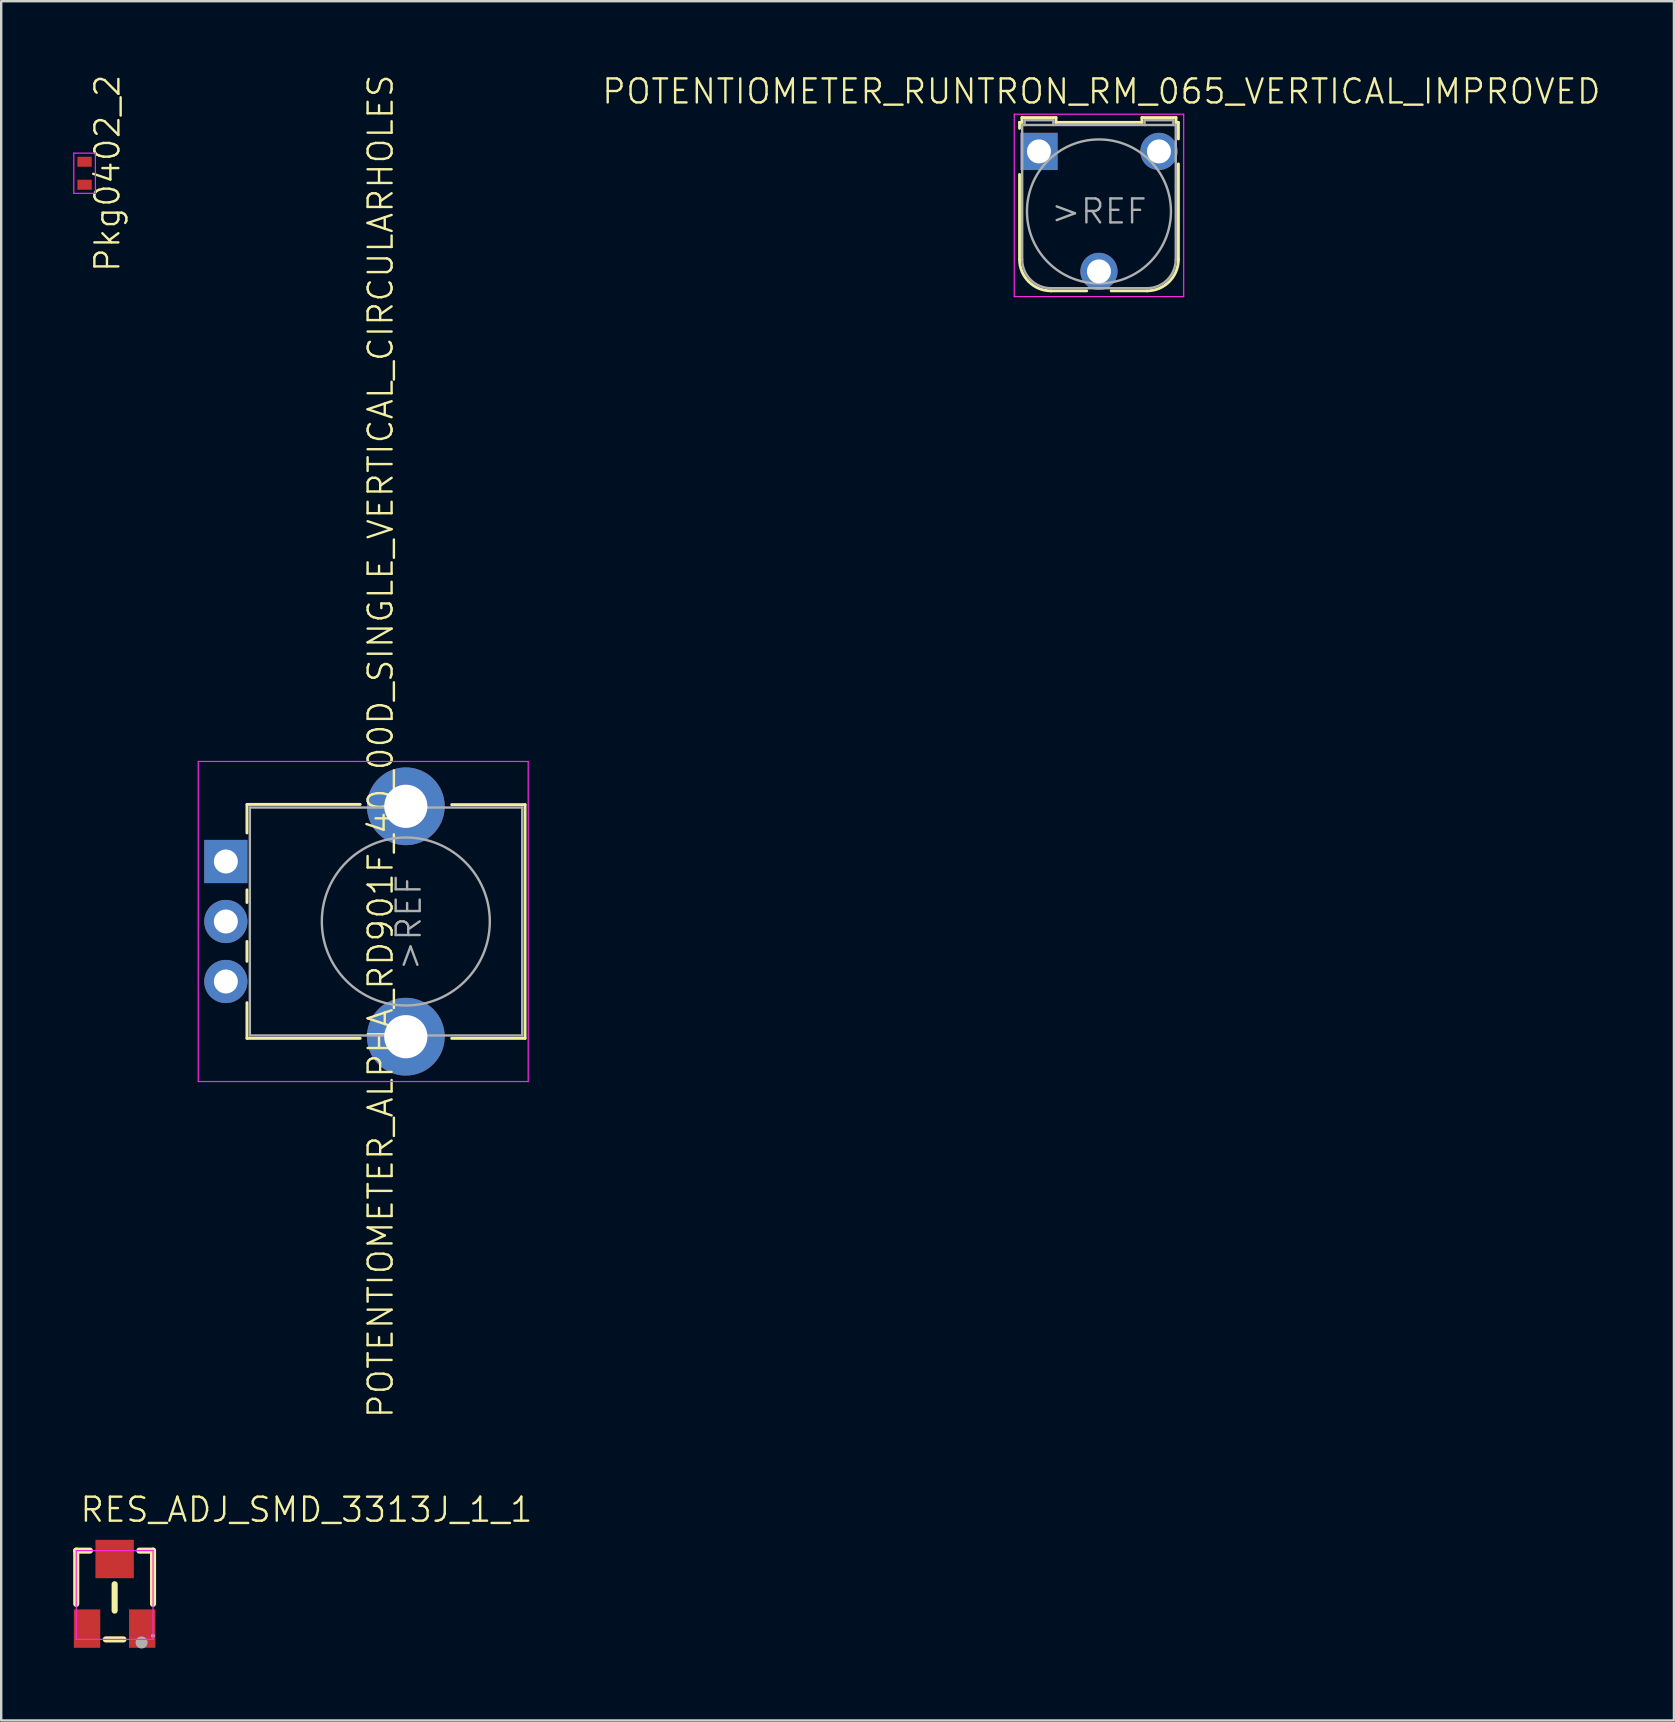
<source format=kicad_pcb>
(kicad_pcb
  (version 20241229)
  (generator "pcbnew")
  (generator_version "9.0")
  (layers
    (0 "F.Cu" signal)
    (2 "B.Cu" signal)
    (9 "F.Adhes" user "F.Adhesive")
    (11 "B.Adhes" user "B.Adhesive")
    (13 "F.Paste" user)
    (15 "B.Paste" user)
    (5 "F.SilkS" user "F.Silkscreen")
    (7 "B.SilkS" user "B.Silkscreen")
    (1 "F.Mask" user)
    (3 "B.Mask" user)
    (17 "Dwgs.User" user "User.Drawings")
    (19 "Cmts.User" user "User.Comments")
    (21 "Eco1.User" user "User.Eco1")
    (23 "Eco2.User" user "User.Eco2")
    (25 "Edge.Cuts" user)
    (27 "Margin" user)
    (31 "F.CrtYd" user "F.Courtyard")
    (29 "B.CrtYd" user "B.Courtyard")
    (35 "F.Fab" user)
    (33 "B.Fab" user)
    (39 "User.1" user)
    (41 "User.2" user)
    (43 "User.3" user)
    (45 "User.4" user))
  (footprint "RES_ADJ_SMD_3313J_1_1"
    (layer "F.Cu")
    (at 1.727 63.416)
    (property "Reference" "RES_ADJ_SMD_3313J_1_1" (at -1.5 -3.556 0) (layer "F.SilkS") (effects (font (size 1 1) (thickness 0.1)) (justify left)))
    (fp_line (start -1.6 -1.85) (end -1.6 0.369) (stroke (width 0.254) (type solid)) (layer "F.SilkS"))
    (fp_line (start -1.6 -1.85) (end -1.031 -1.85) (stroke (width 0.254) (type solid)) (layer "F.SilkS"))
    (fp_line (start -0.369 1.85) (end 0.369 1.85) (stroke (width 0.254) (type solid)) (layer "F.SilkS"))
    (fp_line (start 0 -0.45) (end 0 0.65) (stroke (width 0.254) (type solid)) (layer "F.SilkS"))
    (fp_line (start 1.031 -1.85) (end 1.6 -1.85) (stroke (width 0.254) (type solid)) (layer "F.SilkS"))
    (fp_line (start 1.6 -1.85) (end 1.6 0.369) (stroke (width 0.254) (type solid)) (layer "F.SilkS"))
    (fp_line (start -1.6 -1.85) (end -1.6 1.85) (stroke (width 0.05) (type solid)) (layer "F.CrtYd"))
    (fp_line (start -1.6 1.85) (end 1.6 1.85) (stroke (width 0.05) (type solid)) (layer "F.CrtYd"))
    (fp_line (start 1.6 -1.85) (end -1.6 -1.85) (stroke (width 0.05) (type solid)) (layer "F.CrtYd"))
    (fp_line (start 1.6 1.85) (end 1.6 -1.85) (stroke (width 0.05) (type solid)) (layer "F.CrtYd"))
    (fp_arc (start 1.022 1.978) (mid 1.122 1.878) (end 1.222 1.978) (stroke (width 0.254) (type solid)) (layer "F.Fab"))
    (fp_arc (start 1.222 1.978) (mid 1.122 2.078) (end 1.022 1.978) (stroke (width 0.254) (type solid)) (layer "F.Fab"))
    (fp_poly (pts (xy 1.322 1.978) (xy 1.318 1.939) (xy 1.307 1.901) (xy 1.288 1.867) (xy 1.263 1.837) (xy 1.233 1.812) (xy 1.199 1.793) (xy 1.161 1.782) (xy 1.122 1.778) (xy 1.083 1.782) (xy 1.045 1.793) (xy 1.011 1.812) (xy 0.981 1.837) (xy 0.956 1.867) (xy 0.937 1.901) (xy 0.926 1.939) (xy 0.922 1.978) (xy 0.926 2.017) (xy 0.937 2.055) (xy 0.956 2.089) (xy 0.981 2.119) (xy 1.011 2.144) (xy 1.045 2.163) (xy 1.083 2.174) (xy 1.122 2.178) (xy 1.161 2.174) (xy 1.199 2.163) (xy 1.233 2.144) (xy 1.263 2.119) (xy 1.288 2.089) (xy 1.307 2.055) (xy 1.318 2.017)) (stroke (width 0.1) (type solid)) (fill no) (layer "F.Fab"))
    (fp_poly (pts (xy 1.627 1.7) (xy 1.626 1.694) (xy 1.625 1.689) (xy 1.622 1.683) (xy 1.618 1.679) (xy 1.614 1.675) (xy 1.608 1.672) (xy 1.603 1.671) (xy 1.597 1.67) (xy 1.591 1.671) (xy 1.586 1.672) (xy 1.58 1.675) (xy 1.576 1.679) (xy 1.572 1.683) (xy 1.569 1.689) (xy 1.568 1.694) (xy 1.567 1.7) (xy 1.568 1.706) (xy 1.569 1.711) (xy 1.572 1.717) (xy 1.576 1.721) (xy 1.58 1.725) (xy 1.586 1.728) (xy 1.591 1.729) (xy 1.597 1.73) (xy 1.603 1.729) (xy 1.608 1.728) (xy 1.614 1.725) (xy 1.618 1.721) (xy 1.622 1.717) (xy 1.625 1.711) (xy 1.626 1.706)) (stroke (width 0.1) (type solid)) (fill no) (layer "F.Fab"))
    (pad "1" smd rect (at 1.15 1.4) (size 1.1 1.6) (layers "F.Cu" "F.Mask" "F.Paste"))
    (pad "2" smd rect (at 0 -1.5) (size 1.6 1.6) (layers "F.Cu" "F.Mask" "F.Paste"))
    (pad "3" smd rect (at -1.15 1.4) (size 1.1 1.6) (layers "F.Cu" "F.Mask" "F.Paste")))
  (footprint "POTENTIOMETER_RUNTRON_RM_065_VERTICAL_IMPROVED"
    (layer "F.Cu")
    (at 40.245 3.26)
    (property "Reference" "POTENTIOMETER_RUNTRON_RM_065_VERTICAL_IMPROVED" (at 2.6 -2.5 0) (layer "F.SilkS") (effects (font (size 1 1) (thickness 0.1))))
    (fp_line (start -0.81 -1.21) (end -0.81 -0.96) (stroke (width 0.12) (type solid)) (layer "F.SilkS"))
    (fp_line (start -0.81 4.5) (end -0.81 0.96) (stroke (width 0.12) (type solid)) (layer "F.SilkS"))
    (fp_line (start -0.71 -1.41) (end -0.71 -1.21) (stroke (width 0.12) (type solid)) (layer "F.SilkS"))
    (fp_line (start -0.71 -1.41) (end 0.71 -1.41) (stroke (width 0.12) (type solid)) (layer "F.SilkS"))
    (fp_line (start -0.71 -1.21) (end -0.81 -1.21) (stroke (width 0.12) (type solid)) (layer "F.SilkS"))
    (fp_line (start 0.71 -1.21) (end 0.71 -1.41) (stroke (width 0.12) (type solid)) (layer "F.SilkS"))
    (fp_line (start 0.71 -1.21) (end 4.29 -1.21) (stroke (width 0.12) (type solid)) (layer "F.SilkS"))
    (fp_line (start 1.99 5.81) (end 0.5 5.81) (stroke (width 0.12) (type solid)) (layer "F.SilkS"))
    (fp_line (start 4.29 -1.41) (end 5.71 -1.41) (stroke (width 0.12) (type solid)) (layer "F.SilkS"))
    (fp_line (start 4.29 -1.21) (end 4.29 -1.41) (stroke (width 0.12) (type solid)) (layer "F.SilkS"))
    (fp_line (start 4.5 5.81) (end 3.01 5.81) (stroke (width 0.12) (type solid)) (layer "F.SilkS"))
    (fp_line (start 5.71 -1.41) (end 5.71 -1.21) (stroke (width 0.12) (type solid)) (layer "F.SilkS"))
    (fp_line (start 5.71 -1.21) (end 5.81 -1.21) (stroke (width 0.12) (type solid)) (layer "F.SilkS"))
    (fp_line (start 5.81 -1.21) (end 5.81 -0.52) (stroke (width 0.12) (type solid)) (layer "F.SilkS"))
    (fp_line (start 5.81 0.52) (end 5.81 4.5) (stroke (width 0.12) (type solid)) (layer "F.SilkS"))
    (fp_arc (start 0.5 5.81) (mid -0.42631 5.42631) (end -0.81 4.5) (stroke (width 0.12) (type solid)) (layer "F.SilkS"))
    (fp_arc (start 5.81 4.5) (mid 5.42631 5.42631) (end 4.5 5.81) (stroke (width 0.12) (type solid)) (layer "F.SilkS"))
    (fp_line (start -1.03 -1.55) (end -1.03 6.05) (stroke (width 0.05) (type solid)) (layer "F.CrtYd"))
    (fp_line (start -1.03 6.05) (end 6.03 6.05) (stroke (width 0.05) (type solid)) (layer "F.CrtYd"))
    (fp_line (start 6.03 -1.55) (end -1.03 -1.55) (stroke (width 0.05) (type solid)) (layer "F.CrtYd"))
    (fp_line (start 6.03 6.05) (end 6.03 -1.55) (stroke (width 0.05) (type solid)) (layer "F.CrtYd"))
    (fp_line (start -0.7 4.5) (end -0.7 -1.1) (stroke (width 0.1) (type solid)) (layer "F.Fab"))
    (fp_line (start -0.6 -1.3) (end 0.6 -1.3) (stroke (width 0.1) (type solid)) (layer "F.Fab"))
    (fp_line (start -0.6 -1.1) (end -0.6 -1.3) (stroke (width 0.1) (type solid)) (layer "F.Fab"))
    (fp_line (start 0.5 5.7) (end 4.5 5.7) (stroke (width 0.1) (type solid)) (layer "F.Fab"))
    (fp_line (start 0.6 -1.3) (end 0.6 -1.1) (stroke (width 0.1) (type solid)) (layer "F.Fab"))
    (fp_line (start 4.4 -1.3) (end 4.4 -1.1) (stroke (width 0.1) (type solid)) (layer "F.Fab"))
    (fp_line (start 5.6 -1.3) (end 4.41 -1.3) (stroke (width 0.1) (type solid)) (layer "F.Fab"))
    (fp_line (start 5.6 -1.1) (end 5.6 -1.3) (stroke (width 0.1) (type solid)) (layer "F.Fab"))
    (fp_line (start 5.7 -1.1) (end -0.7 -1.1) (stroke (width 0.1) (type solid)) (layer "F.Fab"))
    (fp_line (start 5.7 4.5) (end 5.7 -1.1) (stroke (width 0.1) (type solid)) (layer "F.Fab"))
    (fp_arc (start 0.5 5.7) (mid -0.348528 5.348528) (end -0.7 4.5) (stroke (width 0.1) (type solid)) (layer "F.Fab"))
    (fp_arc (start 5.5 2.5) (mid -0.5 2.5) (end 5.5 2.5) (stroke (width 0.1) (type solid)) (layer "F.Fab"))
    (fp_arc (start 5.7 4.5) (mid 5.348528 5.348528) (end 4.5 5.7) (stroke (width 0.1) (type solid)) (layer "F.Fab"))
    (fp_text user ">REF" (at 2.5 2.5 0) (layer "F.Fab") (effects (font (size 1 1) (thickness 0.1))))
    (pad "1" thru_hole rect (at 0 0) (size 1.55 1.55) (drill 1) (layers "*.Cu" "*.Mask"))
    (pad "2" thru_hole circle (at 2.5 5) (size 1.55 1.55) (drill 1) (layers "*.Cu" "*.Mask"))
    (pad "3" thru_hole circle (at 5 0) (size 1.55 1.55) (drill 1) (layers "*.Cu" "*.Mask")))
  (footprint "POTENTIOMETER_ALPHA_RD901F_40_00D_SINGLE_VERTICAL_CIRCULARHOLES"
    (layer "F.Cu")
    (at 6.361 32.85)
    (property "Reference" "POTENTIOMETER_ALPHA_RD901F_40_00D_SINGLE_VERTICAL_CIRCULARHOLES" (at 6.45 -4.8 90) (layer "F.SilkS") (effects (font (size 1 1) (thickness 0.1))))
    (fp_line (start 0.88 -2.38) (end 5.6 -2.38) (stroke (width 0.12) (type solid)) (layer "F.SilkS"))
    (fp_line (start 0.88 -1.19) (end 0.88 -2.37) (stroke (width 0.12) (type solid)) (layer "F.SilkS"))
    (fp_line (start 0.88 1.71) (end 0.88 1.18) (stroke (width 0.12) (type solid)) (layer "F.SilkS"))
    (fp_line (start 0.88 4.16) (end 0.88 3.33) (stroke (width 0.12) (type solid)) (layer "F.SilkS"))
    (fp_line (start 0.88 7.37) (end 0.88 5.88) (stroke (width 0.12) (type solid)) (layer "F.SilkS"))
    (fp_line (start 0.88 7.37) (end 5.6 7.37) (stroke (width 0.12) (type solid)) (layer "F.SilkS"))
    (fp_line (start 9.41 -2.37) (end 12.47 -2.37) (stroke (width 0.12) (type solid)) (layer "F.SilkS"))
    (fp_line (start 9.41 7.37) (end 12.47 7.37) (stroke (width 0.12) (type solid)) (layer "F.SilkS"))
    (fp_line (start 12.47 7.37) (end 12.47 -2.37) (stroke (width 0.12) (type solid)) (layer "F.SilkS"))
    (fp_line (start -1.15 -4.17) (end -1.15 9.17) (stroke (width 0.05) (type solid)) (layer "F.CrtYd"))
    (fp_line (start -1.15 9.17) (end 12.6 9.17) (stroke (width 0.05) (type solid)) (layer "F.CrtYd"))
    (fp_line (start 12.6 -4.17) (end -1.15 -4.17) (stroke (width 0.05) (type solid)) (layer "F.CrtYd"))
    (fp_line (start 12.6 9.17) (end 12.6 -4.17) (stroke (width 0.05) (type solid)) (layer "F.CrtYd"))
    (fp_line (start 1 -2.25) (end 12.35 -2.25) (stroke (width 0.1) (type solid)) (layer "F.Fab"))
    (fp_line (start 1 7.25) (end 1 -2.25) (stroke (width 0.1) (type solid)) (layer "F.Fab"))
    (fp_line (start 1 7.25) (end 12.35 7.25) (stroke (width 0.1) (type solid)) (layer "F.Fab"))
    (fp_line (start 12.35 7.25) (end 12.35 -2.25) (stroke (width 0.1) (type solid)) (layer "F.Fab"))
    (fp_arc (start 11 2.5) (mid 4 2.5) (end 11 2.5) (stroke (width 0.1) (type solid)) (layer "F.Fab"))
    (fp_text user ">REF" (at 7.62 2.54 90) (layer "F.Fab") (effects (font (size 1 1) (thickness 0.1))))
    (pad "1" thru_hole rect (at 0 0 270) (size 1.8 1.8) (drill 1) (layers "*.Cu" "*.Mask"))
    (pad "2" thru_hole circle (at 0 2.5 270) (size 1.8 1.8) (drill 1) (layers "*.Cu" "*.Mask"))
    (pad "3" thru_hole circle (at 0 5 270) (size 1.8 1.8) (drill 1) (layers "*.Cu" "*.Mask"))
    (pad "unnamed0" thru_hole circle (at 7.5 7.3 270) (size 3.24 3.24) (drill 1.8) (layers "*.Cu" "*.Mask"))
    (pad "unnamed1" thru_hole circle (at 7.5 -2.3 270) (size 3.24 3.24) (drill 1.8) (layers "*.Cu" "*.Mask")))
  (footprint "Pkg0402_2"
    (layer "F.Cu")
    (at 0.475 4.169)
    (property "Reference" "Pkg0402_2" (at 0.95 0 90) (layer "F.SilkS") (effects (font (size 1 1) (thickness 0.1))))
    (fp_line (start -0.45 -0.838) (end -0.45 0.838) (stroke (width 0.05) (type solid)) (layer "F.CrtYd"))
    (fp_line (start -0.45 0.838) (end 0.45 0.838) (stroke (width 0.05) (type solid)) (layer "F.CrtYd"))
    (fp_line (start 0.45 -0.838) (end -0.45 -0.838) (stroke (width 0.05) (type solid)) (layer "F.CrtYd"))
    (fp_line (start 0.45 0.838) (end 0.45 -0.838) (stroke (width 0.05) (type solid)) (layer "F.CrtYd"))
    (pad "1" smd rect (at 0 -0.479) (size 0.6 0.418) (layers "F.Cu" "F.Mask" "F.Paste"))
    (pad "2" smd rect (at 0 0.479) (size 0.6 0.418) (layers "F.Cu" "F.Mask" "F.Paste")))
  (gr_rect
    (start -3 -3)
    (end 66.705 68.644)
    (stroke (width 0.1) (type default))
    (fill no)
    (layer "Edge.Cuts")))
</source>
